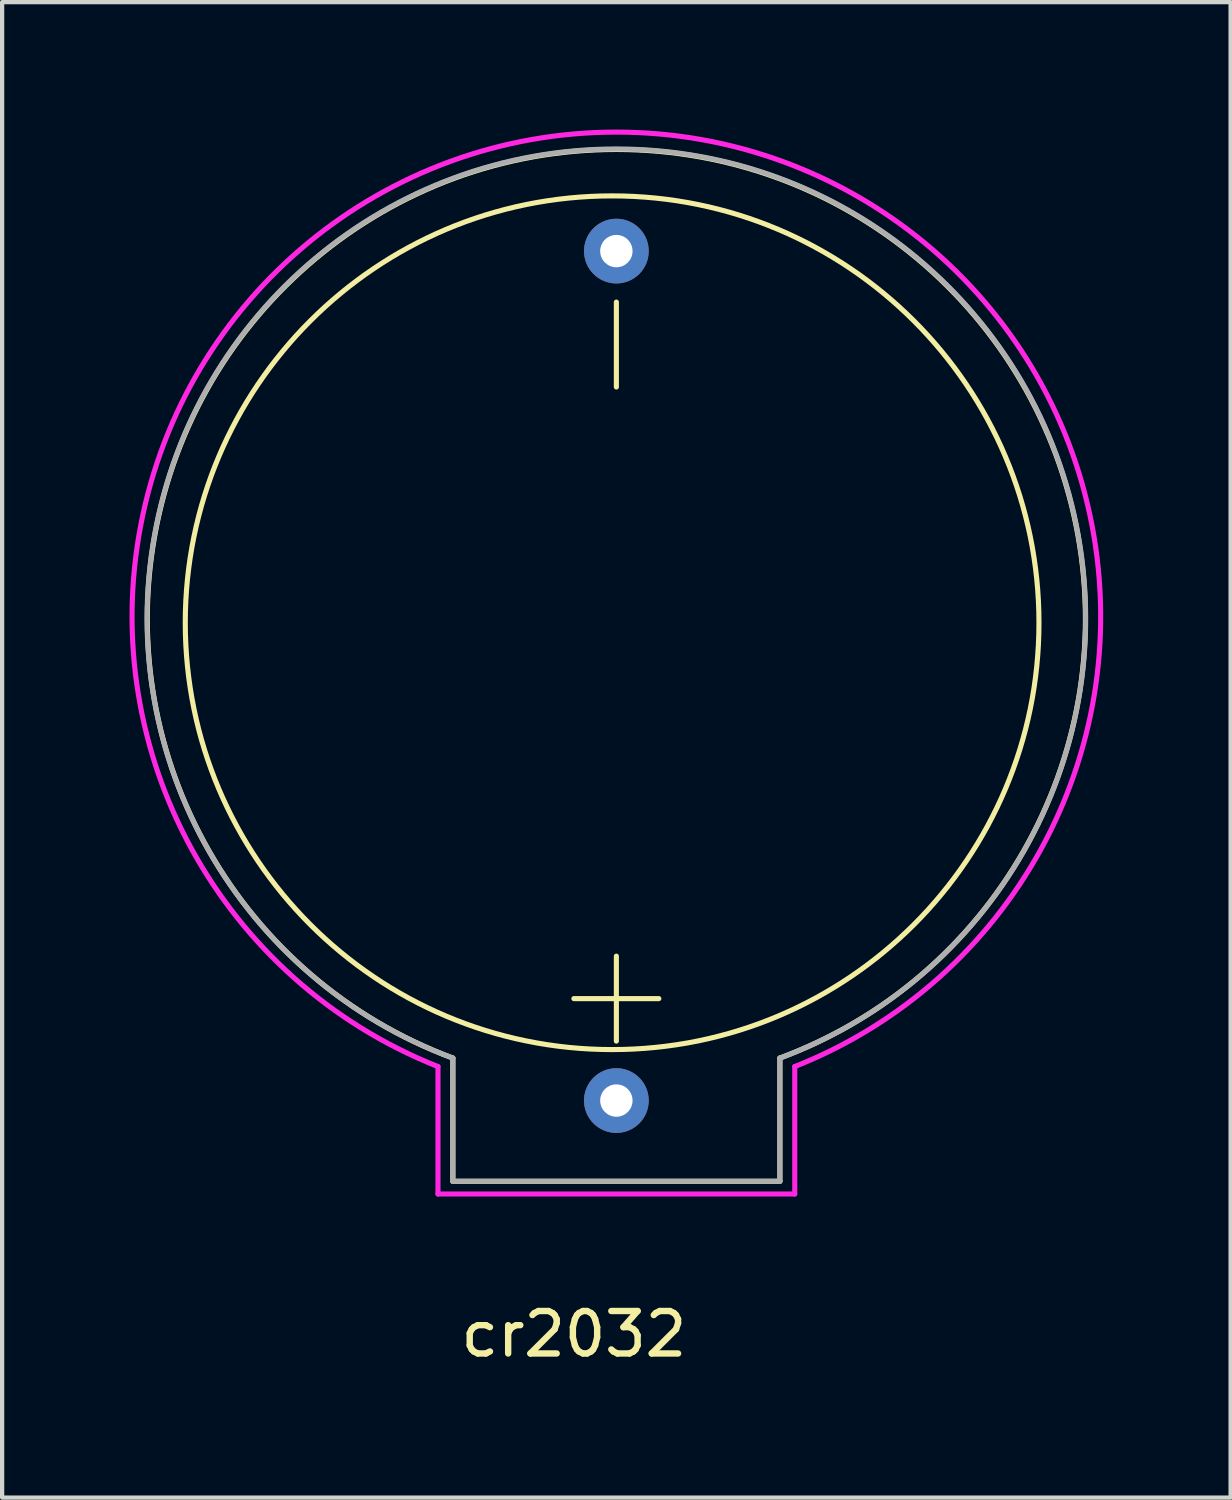
<source format=kicad_pcb>
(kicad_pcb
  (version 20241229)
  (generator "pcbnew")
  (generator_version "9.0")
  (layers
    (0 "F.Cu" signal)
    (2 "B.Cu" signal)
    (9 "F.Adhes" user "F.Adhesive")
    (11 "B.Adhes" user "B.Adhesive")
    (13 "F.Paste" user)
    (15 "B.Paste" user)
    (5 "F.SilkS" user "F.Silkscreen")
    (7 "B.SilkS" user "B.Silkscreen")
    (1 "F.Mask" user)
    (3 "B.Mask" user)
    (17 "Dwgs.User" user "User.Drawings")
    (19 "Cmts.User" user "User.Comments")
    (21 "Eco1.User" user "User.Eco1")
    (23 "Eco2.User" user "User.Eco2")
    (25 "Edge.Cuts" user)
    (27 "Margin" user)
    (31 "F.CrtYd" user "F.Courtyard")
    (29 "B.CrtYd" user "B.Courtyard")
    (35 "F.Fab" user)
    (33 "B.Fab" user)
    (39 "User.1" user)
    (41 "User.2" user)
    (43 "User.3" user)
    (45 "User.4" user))
  (footprint "cr2032"
    (layer "F.Cu")
    (at 11.462 12.862)
    (property "Reference" "cr2032" (at -1 15.5 0) (layer "F.SilkS") (effects (font (size 1 1) (thickness 0.15))))
    (attr through_hole)
    (fp_line (start -3.85 11.9) (end -3.85 9) (stroke (width 0.12) (type solid)) (layer "F.SilkS"))
    (fp_line (start -3.85 11.9) (end 3.85 11.9) (stroke (width 0.12) (type solid)) (layer "F.SilkS"))
    (fp_line (start -1 7.6) (end 1 7.6) (stroke (width 0.12) (type solid)) (layer "F.SilkS"))
    (fp_line (start 0 -8.8) (end 0 -6.8) (stroke (width 0.12) (type solid)) (layer "F.SilkS"))
    (fp_line (start 0 8.6) (end 0 6.6) (stroke (width 0.12) (type solid)) (layer "F.SilkS"))
    (fp_line (start 3.85 11.9) (end 3.85 9) (stroke (width 0.12) (type solid)) (layer "F.SilkS"))
    (fp_arc (start -3.85 8.999999) (mid 0 -12.39287) (end 3.849999 8.999999) (stroke (width 0.12) (type solid)) (layer "F.SilkS"))
    (fp_circle (center -0.1 -1.25) (end 0.9 -11.25) (stroke (width 0.12) (type solid)) (fill no) (layer "F.SilkS"))
    (fp_line (start -4.2 12.2) (end -4.2 9.2) (stroke (width 0.12) (type solid)) (layer "F.CrtYd"))
    (fp_line (start -4.2 12.2) (end 4.2 12.2) (stroke (width 0.12) (type solid)) (layer "F.CrtYd"))
    (fp_line (start 4.2 12.2) (end 4.2 9.2) (stroke (width 0.12) (type solid)) (layer "F.CrtYd"))
    (fp_arc (start -4.2 9.199999) (mid 0 -12.801753) (end 4.199999 9.199999) (stroke (width 0.12) (type solid)) (layer "F.CrtYd"))
    (fp_line (start -3.85 11.9) (end -3.85 9) (stroke (width 0.12) (type solid)) (layer "F.Fab"))
    (fp_line (start -3.85 11.9) (end 3.85 11.9) (stroke (width 0.12) (type solid)) (layer "F.Fab"))
    (fp_line (start 3.85 11.9) (end 3.85 9) (stroke (width 0.12) (type solid)) (layer "F.Fab"))
    (fp_arc (start -3.85 8.999999) (mid 0 -12.404494) (end 3.849999 8.999999) (stroke (width 0.12) (type solid)) (layer "F.Fab"))
    (pad "1" thru_hole circle (at 0 10 90) (size 1.524 1.524) (drill 0.762) (layers "*.Cu" "*.Mask"))
    (pad "2" thru_hole circle (at 0 -10 90) (size 1.524 1.524) (drill 0.762) (layers "*.Cu" "*.Mask")))
  (gr_rect
    (start -3 -3)
    (end 25.924 32.21)
    (stroke (width 0.1) (type default))
    (fill no)
    (layer "Edge.Cuts")))
</source>
